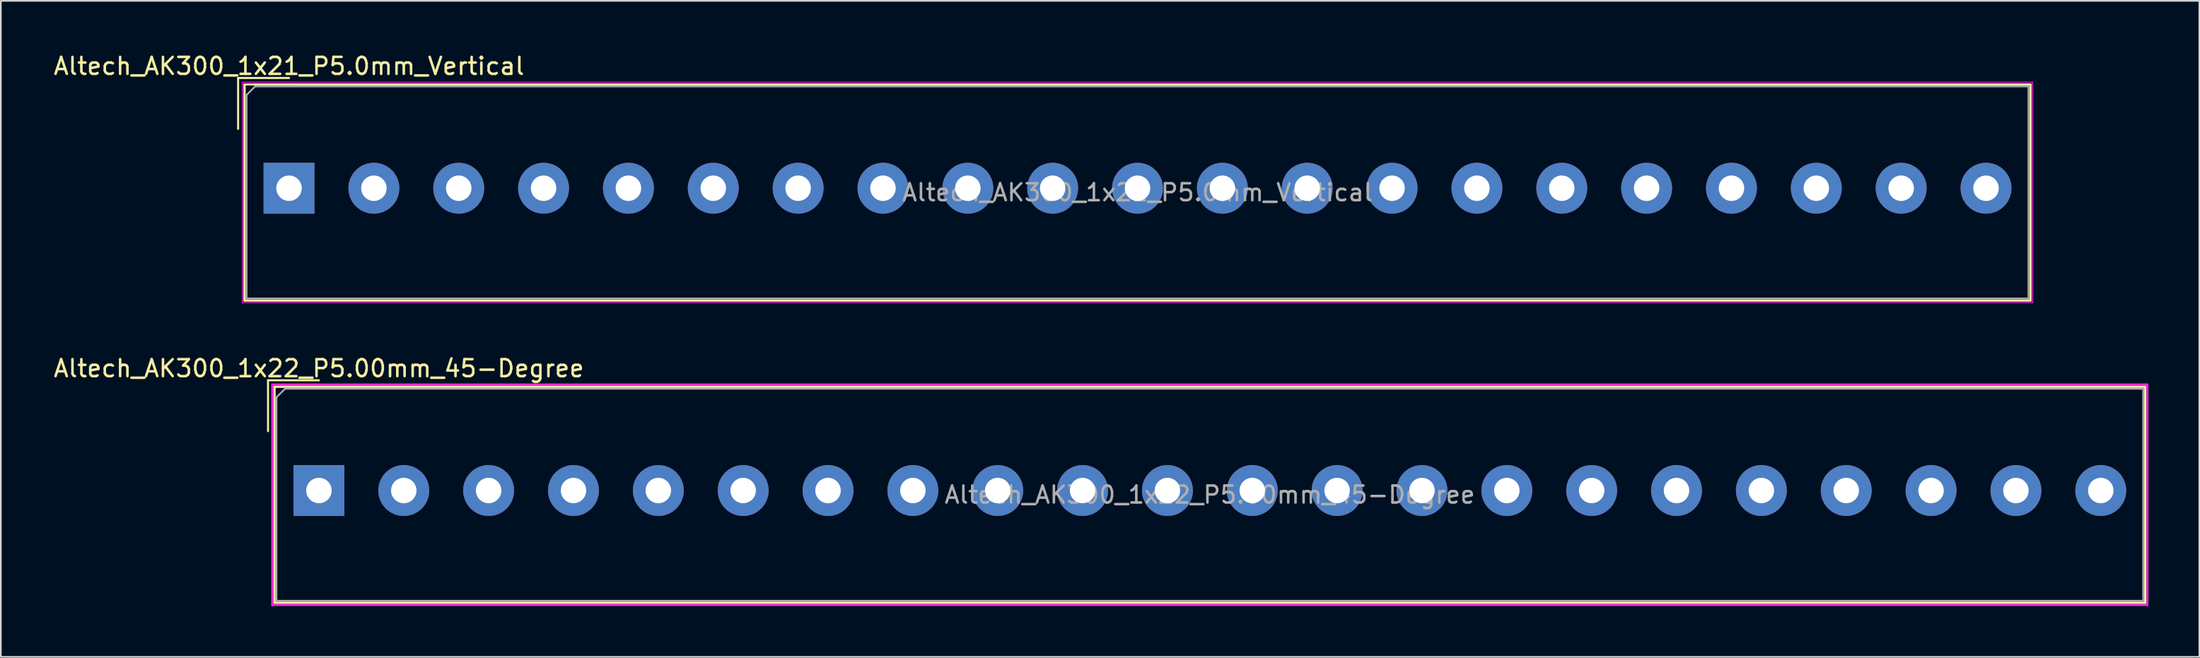
<source format=kicad_pcb>
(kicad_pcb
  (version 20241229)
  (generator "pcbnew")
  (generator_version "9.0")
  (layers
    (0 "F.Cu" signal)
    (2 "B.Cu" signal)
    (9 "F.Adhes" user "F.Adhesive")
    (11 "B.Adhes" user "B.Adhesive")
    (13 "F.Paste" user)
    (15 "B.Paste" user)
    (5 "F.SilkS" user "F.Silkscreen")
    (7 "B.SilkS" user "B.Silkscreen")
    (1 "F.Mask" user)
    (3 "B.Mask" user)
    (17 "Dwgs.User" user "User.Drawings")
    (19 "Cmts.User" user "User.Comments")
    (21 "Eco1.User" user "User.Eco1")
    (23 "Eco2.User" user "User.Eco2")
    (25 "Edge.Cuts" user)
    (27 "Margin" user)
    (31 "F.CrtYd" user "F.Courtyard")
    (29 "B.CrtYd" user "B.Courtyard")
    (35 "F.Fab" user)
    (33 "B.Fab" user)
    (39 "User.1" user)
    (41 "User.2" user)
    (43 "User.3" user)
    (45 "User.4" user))
  (footprint "Altech_AK300_1x22_P5.00mm_45-Degree"
    (layer "F.Cu")
    (at 15.744 25.872)
    (property "Reference" "Altech_AK300_1x22_P5.00mm_45-Degree" (at 0 -7.2 0) (layer "F.SilkS") (effects (font (size 1 1) (thickness 0.15))))
    (attr through_hole)
    (fp_line (start -3 -6.5) (end 0 -6.5) (stroke (width 0.12) (type solid)) (layer "F.SilkS"))
    (fp_line (start -3 -3.5) (end -3 -6.5) (stroke (width 0.12) (type solid)) (layer "F.SilkS"))
    (fp_line (start -2.62 -6.12) (end -2.62 6.62) (stroke (width 0.12) (type solid)) (layer "F.SilkS"))
    (fp_line (start -2.62 -6.12) (end -2.62 6.62) (stroke (width 0.12) (type solid)) (layer "F.SilkS"))
    (fp_line (start -2.62 -6.12) (end 107.62 -6.12) (stroke (width 0.12) (type solid)) (layer "F.SilkS"))
    (fp_line (start -2.62 -6.12) (end 107.62 -6.12) (stroke (width 0.12) (type solid)) (layer "F.SilkS"))
    (fp_line (start -2.62 6.62) (end 107.62 6.62) (stroke (width 0.12) (type solid)) (layer "F.SilkS"))
    (fp_line (start -2.62 6.62) (end 107.62 6.62) (stroke (width 0.12) (type solid)) (layer "F.SilkS"))
    (fp_line (start 107.62 -6.12) (end 107.62 6.62) (stroke (width 0.12) (type solid)) (layer "F.SilkS"))
    (fp_line (start 107.62 -6.12) (end 107.62 6.62) (stroke (width 0.12) (type solid)) (layer "F.SilkS"))
    (fp_line (start -2.75 -6.25) (end -2.75 6.75) (stroke (width 0.12) (type solid)) (layer "F.CrtYd"))
    (fp_line (start -2.75 -6.25) (end 107.75 -6.25) (stroke (width 0.12) (type solid)) (layer "F.CrtYd"))
    (fp_line (start -2.75 6.75) (end 107.75 6.75) (stroke (width 0.12) (type solid)) (layer "F.CrtYd"))
    (fp_line (start 107.75 -6.25) (end 107.75 6.75) (stroke (width 0.12) (type solid)) (layer "F.CrtYd"))
    (fp_line (start -2.5 -5.5) (end -2 -6) (stroke (width 0.1) (type solid)) (layer "F.Fab"))
    (fp_line (start -2.5 6.5) (end -2.5 -5.5) (stroke (width 0.1) (type solid)) (layer "F.Fab"))
    (fp_line (start -2 -6) (end 107.5 -6) (stroke (width 0.1) (type solid)) (layer "F.Fab"))
    (fp_line (start 107.5 -6) (end 107.5 6.5) (stroke (width 0.1) (type solid)) (layer "F.Fab"))
    (fp_line (start 107.5 6.5) (end -2.5 6.5) (stroke (width 0.1) (type solid)) (layer "F.Fab"))
    (fp_text user "${REFERENCE}" (at 52.5 0.25 0) (layer "F.Fab") (effects (font (size 1 1) (thickness 0.15))))
    (pad "1" thru_hole rect (at 0 0) (size 3 3) (drill 1.5) (layers "*.Cu" "*.Mask"))
    (pad "2" thru_hole circle (at 5 0) (size 3 3) (drill 1.5) (layers "*.Cu" "*.Mask"))
    (pad "3" thru_hole circle (at 10 0) (size 3 3) (drill 1.5) (layers "*.Cu" "*.Mask"))
    (pad "4" thru_hole circle (at 15 0) (size 3 3) (drill 1.5) (layers "*.Cu" "*.Mask"))
    (pad "5" thru_hole circle (at 20 0) (size 3 3) (drill 1.5) (layers "*.Cu" "*.Mask"))
    (pad "6" thru_hole circle (at 25 0) (size 3 3) (drill 1.5) (layers "*.Cu" "*.Mask"))
    (pad "7" thru_hole circle (at 30 0) (size 3 3) (drill 1.5) (layers "*.Cu" "*.Mask"))
    (pad "8" thru_hole circle (at 35 0) (size 3 3) (drill 1.5) (layers "*.Cu" "*.Mask"))
    (pad "9" thru_hole circle (at 40 0) (size 3 3) (drill 1.5) (layers "*.Cu" "*.Mask"))
    (pad "10" thru_hole circle (at 45 0) (size 3 3) (drill 1.5) (layers "*.Cu" "*.Mask"))
    (pad "11" thru_hole circle (at 50 0) (size 3 3) (drill 1.5) (layers "*.Cu" "*.Mask"))
    (pad "12" thru_hole circle (at 55 0) (size 3 3) (drill 1.5) (layers "*.Cu" "*.Mask"))
    (pad "13" thru_hole circle (at 60 0) (size 3 3) (drill 1.5) (layers "*.Cu" "*.Mask"))
    (pad "14" thru_hole circle (at 65 0) (size 3 3) (drill 1.5) (layers "*.Cu" "*.Mask"))
    (pad "15" thru_hole circle (at 70 0) (size 3 3) (drill 1.5) (layers "*.Cu" "*.Mask"))
    (pad "16" thru_hole circle (at 75 0) (size 3 3) (drill 1.5) (layers "*.Cu" "*.Mask"))
    (pad "17" thru_hole circle (at 80 0) (size 3 3) (drill 1.5) (layers "*.Cu" "*.Mask"))
    (pad "18" thru_hole circle (at 85 0) (size 3 3) (drill 1.5) (layers "*.Cu" "*.Mask"))
    (pad "19" thru_hole circle (at 90 0) (size 3 3) (drill 1.5) (layers "*.Cu" "*.Mask"))
    (pad "20" thru_hole circle (at 95 0) (size 3 3) (drill 1.5) (layers "*.Cu" "*.Mask"))
    (pad "21" thru_hole circle (at 100 0) (size 3 3) (drill 1.5) (layers "*.Cu" "*.Mask"))
    (pad "22" thru_hole circle (at 105 0) (size 3 3) (drill 1.5) (layers "*.Cu" "*.Mask")))
  (footprint "Altech_AK300_1x21_P5.0mm_Vertical"
    (layer "F.Cu")
    (at 13.982 8.048)
    (property "Reference" "Altech_AK300_1x21_P5.0mm_Vertical" (at 0 -7.2 0) (layer "F.SilkS") (effects (font (size 1 1) (thickness 0.15))))
    (attr through_hole)
    (fp_line (start -3 -6.5) (end 0 -6.5) (stroke (width 0.12) (type solid)) (layer "F.SilkS"))
    (fp_line (start -3 -3.5) (end -3 -6.5) (stroke (width 0.12) (type solid)) (layer "F.SilkS"))
    (fp_line (start -2.62 -6.12) (end -2.62 6.62) (stroke (width 0.12) (type solid)) (layer "F.SilkS"))
    (fp_line (start -2.62 -6.12) (end -2.62 6.62) (stroke (width 0.12) (type solid)) (layer "F.SilkS"))
    (fp_line (start -2.62 -6.12) (end 102.62 -6.12) (stroke (width 0.12) (type solid)) (layer "F.SilkS"))
    (fp_line (start -2.62 -6.12) (end 102.62 -6.12) (stroke (width 0.12) (type solid)) (layer "F.SilkS"))
    (fp_line (start -2.62 6.62) (end 102.62 6.62) (stroke (width 0.12) (type solid)) (layer "F.SilkS"))
    (fp_line (start -2.62 6.62) (end 102.62 6.62) (stroke (width 0.12) (type solid)) (layer "F.SilkS"))
    (fp_line (start 102.62 -6.12) (end 102.62 6.62) (stroke (width 0.12) (type solid)) (layer "F.SilkS"))
    (fp_line (start 102.62 -6.12) (end 102.62 6.62) (stroke (width 0.12) (type solid)) (layer "F.SilkS"))
    (fp_line (start -2.75 -6.25) (end -2.75 6.75) (stroke (width 0.05) (type solid)) (layer "F.CrtYd"))
    (fp_line (start -2.75 -6.25) (end 102.75 -6.25) (stroke (width 0.05) (type solid)) (layer "F.CrtYd"))
    (fp_line (start -2.75 6.75) (end 102.75 6.75) (stroke (width 0.05) (type solid)) (layer "F.CrtYd"))
    (fp_line (start 102.75 -6.25) (end 102.75 6.75) (stroke (width 0.05) (type solid)) (layer "F.CrtYd"))
    (fp_line (start -2.5 -5.5) (end -2 -6) (stroke (width 0.1) (type solid)) (layer "F.Fab"))
    (fp_line (start -2.5 6.5) (end -2.5 -5.5) (stroke (width 0.1) (type solid)) (layer "F.Fab"))
    (fp_line (start -2 -6) (end 102.5 -6) (stroke (width 0.1) (type solid)) (layer "F.Fab"))
    (fp_line (start 102.5 -6) (end 102.5 6.5) (stroke (width 0.1) (type solid)) (layer "F.Fab"))
    (fp_line (start 102.5 6.5) (end -2.5 6.5) (stroke (width 0.1) (type solid)) (layer "F.Fab"))
    (fp_text user "${REFERENCE}" (at 50 0.25 0) (layer "F.Fab") (effects (font (size 1 1) (thickness 0.15))))
    (pad "1" thru_hole rect (at 0 0) (size 3 3) (drill 1.5) (layers "*.Cu" "*.Mask"))
    (pad "2" thru_hole circle (at 5 0) (size 3 3) (drill 1.5) (layers "*.Cu" "*.Mask"))
    (pad "3" thru_hole circle (at 10 0) (size 3 3) (drill 1.5) (layers "*.Cu" "*.Mask"))
    (pad "4" thru_hole circle (at 15 0) (size 3 3) (drill 1.5) (layers "*.Cu" "*.Mask"))
    (pad "5" thru_hole circle (at 20 0) (size 3 3) (drill 1.5) (layers "*.Cu" "*.Mask"))
    (pad "6" thru_hole circle (at 25 0) (size 3 3) (drill 1.5) (layers "*.Cu" "*.Mask"))
    (pad "7" thru_hole circle (at 30 0) (size 3 3) (drill 1.5) (layers "*.Cu" "*.Mask"))
    (pad "8" thru_hole circle (at 35 0) (size 3 3) (drill 1.5) (layers "*.Cu" "*.Mask"))
    (pad "9" thru_hole circle (at 40 0) (size 3 3) (drill 1.5) (layers "*.Cu" "*.Mask"))
    (pad "10" thru_hole circle (at 45 0) (size 3 3) (drill 1.5) (layers "*.Cu" "*.Mask"))
    (pad "11" thru_hole circle (at 50 0) (size 3 3) (drill 1.5) (layers "*.Cu" "*.Mask"))
    (pad "12" thru_hole circle (at 55 0) (size 3 3) (drill 1.5) (layers "*.Cu" "*.Mask"))
    (pad "13" thru_hole circle (at 60 0) (size 3 3) (drill 1.5) (layers "*.Cu" "*.Mask"))
    (pad "14" thru_hole circle (at 65 0) (size 3 3) (drill 1.5) (layers "*.Cu" "*.Mask"))
    (pad "15" thru_hole circle (at 70 0) (size 3 3) (drill 1.5) (layers "*.Cu" "*.Mask"))
    (pad "16" thru_hole circle (at 75 0) (size 3 3) (drill 1.5) (layers "*.Cu" "*.Mask"))
    (pad "17" thru_hole circle (at 80 0) (size 3 3) (drill 1.5) (layers "*.Cu" "*.Mask"))
    (pad "18" thru_hole circle (at 85 0) (size 3 3) (drill 1.5) (layers "*.Cu" "*.Mask"))
    (pad "19" thru_hole circle (at 90 0) (size 3 3) (drill 1.5) (layers "*.Cu" "*.Mask"))
    (pad "20" thru_hole circle (at 95 0) (size 3 3) (drill 1.5) (layers "*.Cu" "*.Mask"))
    (pad "21" thru_hole circle (at 100 0) (size 3 3) (drill 1.5) (layers "*.Cu" "*.Mask")))
  (gr_rect
    (start -3 -3)
    (end 126.554 35.681)
    (stroke (width 0.1) (type default))
    (fill no)
    (layer "Edge.Cuts")))
</source>
